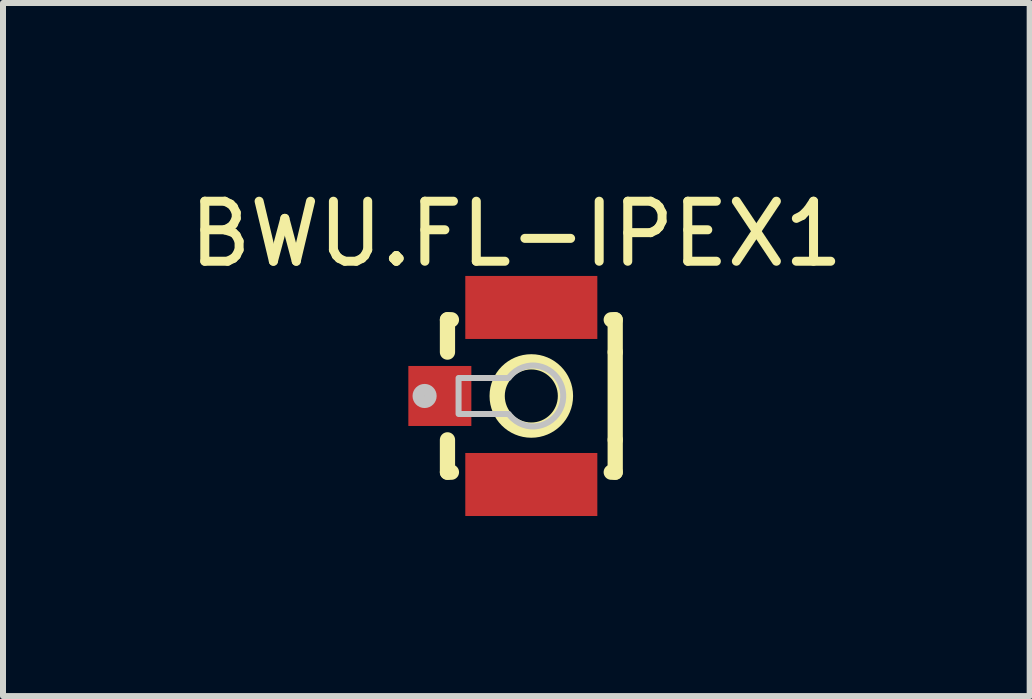
<source format=kicad_pcb>
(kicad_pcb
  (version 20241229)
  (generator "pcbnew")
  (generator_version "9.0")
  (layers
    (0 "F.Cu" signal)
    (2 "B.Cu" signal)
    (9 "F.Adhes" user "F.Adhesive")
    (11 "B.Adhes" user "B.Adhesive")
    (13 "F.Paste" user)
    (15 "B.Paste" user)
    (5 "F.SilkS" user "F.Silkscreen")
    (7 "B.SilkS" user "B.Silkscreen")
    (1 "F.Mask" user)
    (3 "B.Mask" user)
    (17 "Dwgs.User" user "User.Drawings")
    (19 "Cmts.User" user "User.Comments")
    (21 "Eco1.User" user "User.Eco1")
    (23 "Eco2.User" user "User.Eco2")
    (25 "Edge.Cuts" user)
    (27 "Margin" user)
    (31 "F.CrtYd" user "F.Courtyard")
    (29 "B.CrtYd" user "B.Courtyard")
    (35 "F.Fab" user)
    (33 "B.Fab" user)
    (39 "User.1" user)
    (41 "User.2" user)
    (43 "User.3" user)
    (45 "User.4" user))
  (footprint "BWU.FL-IPEX1"
    (layer "F.Cu")
    (at 5.041 3.548)
    (property "Reference" "BWU.FL-IPEX1" (at 0.512 -2.7 0) (layer "F.SilkS") (effects (font (size 1 1) (thickness 0.15))))
    (fp_line (start -0.635 -1.27) (end -0.635 -0.731) (stroke (width 0.254) (type default)) (layer "F.SilkS"))
    (fp_line (start -0.635 0.731) (end -0.635 1.27) (stroke (width 0.254) (type default)) (layer "F.SilkS"))
    (fp_line (start -0.635 1.27) (end -0.569 1.27) (stroke (width 0.254) (type default)) (layer "F.SilkS"))
    (fp_line (start -0.569 -1.27) (end -0.635 -1.27) (stroke (width 0.254) (type default)) (layer "F.SilkS"))
    (fp_line (start 2.094 1.27) (end 2.16 1.27) (stroke (width 0.254) (type default)) (layer "F.SilkS"))
    (fp_line (start 2.16 -1.27) (end 2.094 -1.27) (stroke (width 0.254) (type default)) (layer "F.SilkS"))
    (fp_line (start 2.16 -0.731) (end 2.16 -1.27) (stroke (width 0.254) (type default)) (layer "F.SilkS"))
    (fp_line (start 2.16 -0.731) (end 2.16 0.731) (stroke (width 0.254) (type default)) (layer "F.SilkS"))
    (fp_line (start 2.16 1.27) (end 2.16 0.731) (stroke (width 0.254) (type default)) (layer "F.SilkS"))
    (fp_circle (center 0.762 0) (end 1.331 0) (stroke (width 0.254) (type default)) (fill no) (layer "F.SilkS"))
    (fp_circle (center -1.016 0) (end -0.915 0) (stroke (width 0.2) (type default)) (fill no) (layer "Dwgs.User"))
    (fp_poly (pts (arc (start 1.2935 0) (mid 1.14471 0.35921) (end 0.7855 0.508)) (arc (start 0.7855 0.508) (mid 0.561144 0.450823) (end 0.3855 0.3)) (xy -0.45 0.3) (xy -0.45 -0.3) (arc (start 0.3855 -0.3) (mid 0.561173 -0.450767) (end 0.7855 -0.508)) (arc (start 0.7855 -0.508) (mid 1.14471 -0.35921) (end 1.2935 0))) (stroke (width 0.1) (type default)) (fill no) (layer "Dwgs.User"))
    (fp_poly (pts (xy -0.438 -0.3) (xy -0.438 0.3) (xy -0.787 0.3) (xy -0.787 -0.3)) (stroke (width 0.1) (type default)) (fill no) (layer "User.1"))
    (fp_poly (pts (xy 1.663 -1.1) (xy -0.138 -1.1) (xy -0.138 -1.5) (xy 1.663 -1.5)) (stroke (width 0.1) (type default)) (fill no) (layer "User.1"))
    (fp_poly (pts (xy 1.663 1.5) (xy -0.138 1.5) (xy -0.138 1.1) (xy 1.663 1.1)) (stroke (width 0.1) (type default)) (fill no) (layer "User.1"))
    (fp_poly (pts (xy 2 -0.3) (xy 2.312 -0.3) (xy 2.312 0.3) (xy 2 0.3)) (stroke (width 0.1) (type default)) (fill no) (layer "User.1"))
    (fp_poly (pts (arc (start 1.2935 0) (mid 1.14471 0.35921) (end 0.7855 0.508)) (arc (start 0.7855 0.508) (mid 0.561144 0.450823) (end 0.3855 0.3)) (xy -0.45 0.3) (xy -0.45 -0.3) (arc (start 0.3855 -0.3) (mid 0.561173 -0.450767) (end 0.7855 -0.508)) (arc (start 0.7855 -0.508) (mid 1.14471 -0.35921) (end 1.2935 0))) (stroke (width 0.1) (type default)) (fill no) (layer "User.1"))
    (fp_line (start -0.537 -1.3) (end 2.062 -1.3) (stroke (width 0.051) (type default)) (layer "User.2"))
    (fp_line (start -0.537 1.3) (end -0.537 -1.3) (stroke (width 0.051) (type default)) (layer "User.2"))
    (fp_line (start 2.062 -1.3) (end 2.062 1.3) (stroke (width 0.051) (type default)) (layer "User.2"))
    (fp_line (start 2.062 1.3) (end -0.537 1.3) (stroke (width 0.051) (type default)) (layer "User.2"))
    (fp_poly (pts (xy -0.728 1.5) (xy -0.745 1.458) (xy -0.787 1.44) (xy -0.83 1.458) (xy -0.848 1.5) (xy -0.83 1.542) (xy -0.787 1.56) (xy -0.745 1.542)) (stroke (width 0.1) (type default)) (fill no) (layer "User.3"))
    (pad "1" smd rect (at -0.762 0 180) (size 1.05 1) (layers "F.Cu" "F.Mask" "F.Paste"))
    (pad "2" smd rect (at 0.762 1.475 180) (size 2.2 1.05) (layers "F.Cu" "F.Mask" "F.Paste"))
    (pad "3" smd rect (at 0.762 -1.475 180) (size 2.2 1.05) (layers "F.Cu" "F.Mask" "F.Paste")))
  (gr_rect
    (start -3 -3)
    (end 14.107 8.548)
    (stroke (width 0.1) (type default))
    (fill no)
    (layer "Edge.Cuts")))
</source>
